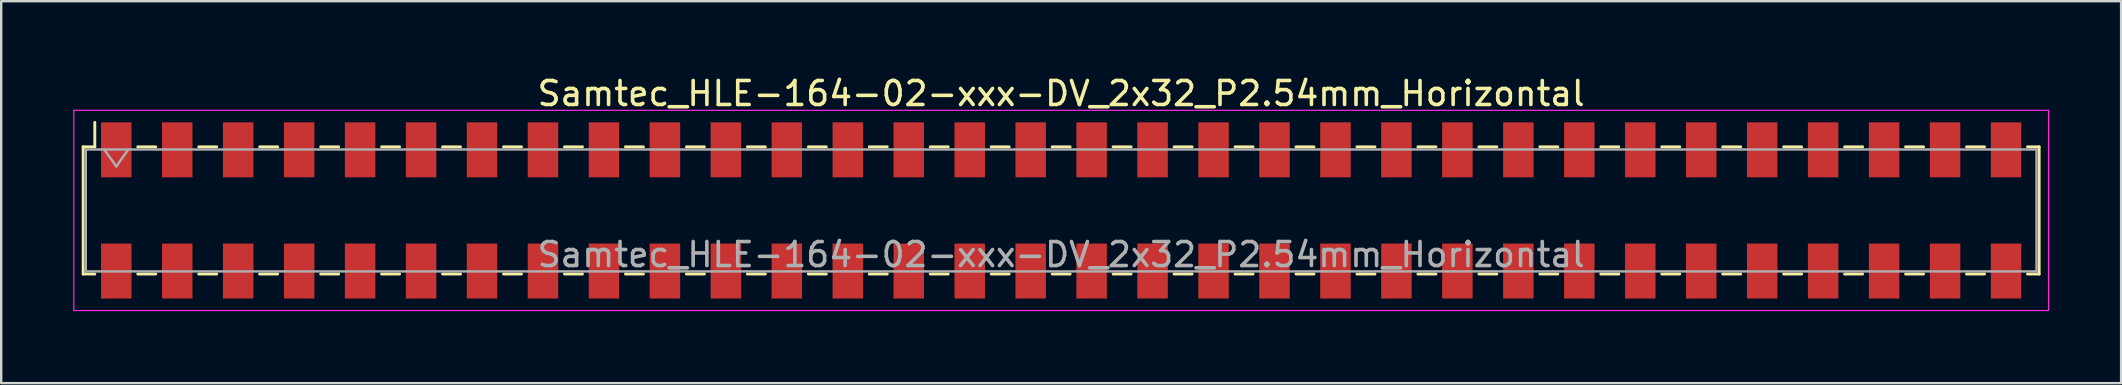
<source format=kicad_pcb>
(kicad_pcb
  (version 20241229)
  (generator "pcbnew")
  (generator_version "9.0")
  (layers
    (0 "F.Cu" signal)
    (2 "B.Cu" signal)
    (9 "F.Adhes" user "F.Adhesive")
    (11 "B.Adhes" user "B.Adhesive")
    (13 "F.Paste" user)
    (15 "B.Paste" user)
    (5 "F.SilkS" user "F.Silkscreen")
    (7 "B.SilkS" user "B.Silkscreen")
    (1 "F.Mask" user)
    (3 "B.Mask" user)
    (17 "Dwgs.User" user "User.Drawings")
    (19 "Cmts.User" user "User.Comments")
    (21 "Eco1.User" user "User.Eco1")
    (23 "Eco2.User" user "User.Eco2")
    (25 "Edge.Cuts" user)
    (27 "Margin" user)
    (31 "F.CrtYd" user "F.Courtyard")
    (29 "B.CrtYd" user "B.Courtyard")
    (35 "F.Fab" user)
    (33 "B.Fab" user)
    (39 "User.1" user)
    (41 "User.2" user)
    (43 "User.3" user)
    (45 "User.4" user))
  (footprint "Samtec_HLE-164-02-xxx-DV_2x32_P2.54mm_Horizontal"
    (layer "F.Cu")
    (at 41.165 5.718)
    (property "Reference" "Samtec_HLE-164-02-xxx-DV_2x32_P2.54mm_Horizontal" (at 0 -4.87 0) (layer "F.SilkS") (effects (font (size 1 1) (thickness 0.15))))
    (attr smd)
    (fp_line (start -40.75 -2.65) (end -40.75 2.65) (stroke (width 0.12) (type solid)) (layer "F.SilkS"))
    (fp_line (start -40.75 2.65) (end -40.265 2.65) (stroke (width 0.12) (type solid)) (layer "F.SilkS"))
    (fp_line (start -40.265 -3.67) (end -40.265 -2.65) (stroke (width 0.12) (type solid)) (layer "F.SilkS"))
    (fp_line (start -40.265 -2.65) (end -40.75 -2.65) (stroke (width 0.12) (type solid)) (layer "F.SilkS"))
    (fp_line (start -38.475 -2.65) (end -37.725 -2.65) (stroke (width 0.12) (type solid)) (layer "F.SilkS"))
    (fp_line (start -38.475 2.65) (end -37.725 2.65) (stroke (width 0.12) (type solid)) (layer "F.SilkS"))
    (fp_line (start -35.935 -2.65) (end -35.185 -2.65) (stroke (width 0.12) (type solid)) (layer "F.SilkS"))
    (fp_line (start -35.935 2.65) (end -35.185 2.65) (stroke (width 0.12) (type solid)) (layer "F.SilkS"))
    (fp_line (start -33.395 -2.65) (end -32.645 -2.65) (stroke (width 0.12) (type solid)) (layer "F.SilkS"))
    (fp_line (start -33.395 2.65) (end -32.645 2.65) (stroke (width 0.12) (type solid)) (layer "F.SilkS"))
    (fp_line (start -30.855 -2.65) (end -30.105 -2.65) (stroke (width 0.12) (type solid)) (layer "F.SilkS"))
    (fp_line (start -30.855 2.65) (end -30.105 2.65) (stroke (width 0.12) (type solid)) (layer "F.SilkS"))
    (fp_line (start -28.315 -2.65) (end -27.565 -2.65) (stroke (width 0.12) (type solid)) (layer "F.SilkS"))
    (fp_line (start -28.315 2.65) (end -27.565 2.65) (stroke (width 0.12) (type solid)) (layer "F.SilkS"))
    (fp_line (start -25.775 -2.65) (end -25.025 -2.65) (stroke (width 0.12) (type solid)) (layer "F.SilkS"))
    (fp_line (start -25.775 2.65) (end -25.025 2.65) (stroke (width 0.12) (type solid)) (layer "F.SilkS"))
    (fp_line (start -23.235 -2.65) (end -22.485 -2.65) (stroke (width 0.12) (type solid)) (layer "F.SilkS"))
    (fp_line (start -23.235 2.65) (end -22.485 2.65) (stroke (width 0.12) (type solid)) (layer "F.SilkS"))
    (fp_line (start -20.695 -2.65) (end -19.945 -2.65) (stroke (width 0.12) (type solid)) (layer "F.SilkS"))
    (fp_line (start -20.695 2.65) (end -19.945 2.65) (stroke (width 0.12) (type solid)) (layer "F.SilkS"))
    (fp_line (start -18.155 -2.65) (end -17.405 -2.65) (stroke (width 0.12) (type solid)) (layer "F.SilkS"))
    (fp_line (start -18.155 2.65) (end -17.405 2.65) (stroke (width 0.12) (type solid)) (layer "F.SilkS"))
    (fp_line (start -15.615 -2.65) (end -14.865 -2.65) (stroke (width 0.12) (type solid)) (layer "F.SilkS"))
    (fp_line (start -15.615 2.65) (end -14.865 2.65) (stroke (width 0.12) (type solid)) (layer "F.SilkS"))
    (fp_line (start -13.075 -2.65) (end -12.325 -2.65) (stroke (width 0.12) (type solid)) (layer "F.SilkS"))
    (fp_line (start -13.075 2.65) (end -12.325 2.65) (stroke (width 0.12) (type solid)) (layer "F.SilkS"))
    (fp_line (start -10.535 -2.65) (end -9.785 -2.65) (stroke (width 0.12) (type solid)) (layer "F.SilkS"))
    (fp_line (start -10.535 2.65) (end -9.785 2.65) (stroke (width 0.12) (type solid)) (layer "F.SilkS"))
    (fp_line (start -7.995 -2.65) (end -7.245 -2.65) (stroke (width 0.12) (type solid)) (layer "F.SilkS"))
    (fp_line (start -7.995 2.65) (end -7.245 2.65) (stroke (width 0.12) (type solid)) (layer "F.SilkS"))
    (fp_line (start -5.455 -2.65) (end -4.705 -2.65) (stroke (width 0.12) (type solid)) (layer "F.SilkS"))
    (fp_line (start -5.455 2.65) (end -4.705 2.65) (stroke (width 0.12) (type solid)) (layer "F.SilkS"))
    (fp_line (start -2.915 -2.65) (end -2.165 -2.65) (stroke (width 0.12) (type solid)) (layer "F.SilkS"))
    (fp_line (start -2.915 2.65) (end -2.165 2.65) (stroke (width 0.12) (type solid)) (layer "F.SilkS"))
    (fp_line (start -0.375 -2.65) (end 0.375 -2.65) (stroke (width 0.12) (type solid)) (layer "F.SilkS"))
    (fp_line (start -0.375 2.65) (end 0.375 2.65) (stroke (width 0.12) (type solid)) (layer "F.SilkS"))
    (fp_line (start 2.165 -2.65) (end 2.915 -2.65) (stroke (width 0.12) (type solid)) (layer "F.SilkS"))
    (fp_line (start 2.165 2.65) (end 2.915 2.65) (stroke (width 0.12) (type solid)) (layer "F.SilkS"))
    (fp_line (start 4.705 -2.65) (end 5.455 -2.65) (stroke (width 0.12) (type solid)) (layer "F.SilkS"))
    (fp_line (start 4.705 2.65) (end 5.455 2.65) (stroke (width 0.12) (type solid)) (layer "F.SilkS"))
    (fp_line (start 7.245 -2.65) (end 7.995 -2.65) (stroke (width 0.12) (type solid)) (layer "F.SilkS"))
    (fp_line (start 7.245 2.65) (end 7.995 2.65) (stroke (width 0.12) (type solid)) (layer "F.SilkS"))
    (fp_line (start 9.785 -2.65) (end 10.535 -2.65) (stroke (width 0.12) (type solid)) (layer "F.SilkS"))
    (fp_line (start 9.785 2.65) (end 10.535 2.65) (stroke (width 0.12) (type solid)) (layer "F.SilkS"))
    (fp_line (start 12.325 -2.65) (end 13.075 -2.65) (stroke (width 0.12) (type solid)) (layer "F.SilkS"))
    (fp_line (start 12.325 2.65) (end 13.075 2.65) (stroke (width 0.12) (type solid)) (layer "F.SilkS"))
    (fp_line (start 14.865 -2.65) (end 15.615 -2.65) (stroke (width 0.12) (type solid)) (layer "F.SilkS"))
    (fp_line (start 14.865 2.65) (end 15.615 2.65) (stroke (width 0.12) (type solid)) (layer "F.SilkS"))
    (fp_line (start 17.405 -2.65) (end 18.155 -2.65) (stroke (width 0.12) (type solid)) (layer "F.SilkS"))
    (fp_line (start 17.405 2.65) (end 18.155 2.65) (stroke (width 0.12) (type solid)) (layer "F.SilkS"))
    (fp_line (start 19.945 -2.65) (end 20.695 -2.65) (stroke (width 0.12) (type solid)) (layer "F.SilkS"))
    (fp_line (start 19.945 2.65) (end 20.695 2.65) (stroke (width 0.12) (type solid)) (layer "F.SilkS"))
    (fp_line (start 22.485 -2.65) (end 23.235 -2.65) (stroke (width 0.12) (type solid)) (layer "F.SilkS"))
    (fp_line (start 22.485 2.65) (end 23.235 2.65) (stroke (width 0.12) (type solid)) (layer "F.SilkS"))
    (fp_line (start 25.025 -2.65) (end 25.775 -2.65) (stroke (width 0.12) (type solid)) (layer "F.SilkS"))
    (fp_line (start 25.025 2.65) (end 25.775 2.65) (stroke (width 0.12) (type solid)) (layer "F.SilkS"))
    (fp_line (start 27.565 -2.65) (end 28.315 -2.65) (stroke (width 0.12) (type solid)) (layer "F.SilkS"))
    (fp_line (start 27.565 2.65) (end 28.315 2.65) (stroke (width 0.12) (type solid)) (layer "F.SilkS"))
    (fp_line (start 30.105 -2.65) (end 30.855 -2.65) (stroke (width 0.12) (type solid)) (layer "F.SilkS"))
    (fp_line (start 30.105 2.65) (end 30.855 2.65) (stroke (width 0.12) (type solid)) (layer "F.SilkS"))
    (fp_line (start 32.645 -2.65) (end 33.395 -2.65) (stroke (width 0.12) (type solid)) (layer "F.SilkS"))
    (fp_line (start 32.645 2.65) (end 33.395 2.65) (stroke (width 0.12) (type solid)) (layer "F.SilkS"))
    (fp_line (start 35.185 -2.65) (end 35.935 -2.65) (stroke (width 0.12) (type solid)) (layer "F.SilkS"))
    (fp_line (start 35.185 2.65) (end 35.935 2.65) (stroke (width 0.12) (type solid)) (layer "F.SilkS"))
    (fp_line (start 37.725 -2.65) (end 38.475 -2.65) (stroke (width 0.12) (type solid)) (layer "F.SilkS"))
    (fp_line (start 37.725 2.65) (end 38.475 2.65) (stroke (width 0.12) (type solid)) (layer "F.SilkS"))
    (fp_line (start 40.265 -2.65) (end 40.75 -2.65) (stroke (width 0.12) (type solid)) (layer "F.SilkS"))
    (fp_line (start 40.75 -2.65) (end 40.75 2.65) (stroke (width 0.12) (type solid)) (layer "F.SilkS"))
    (fp_line (start 40.75 2.65) (end 40.265 2.65) (stroke (width 0.12) (type solid)) (layer "F.SilkS"))
    (fp_line (start -41.14 -4.17) (end 41.14 -4.17) (stroke (width 0.05) (type solid)) (layer "F.CrtYd"))
    (fp_line (start -41.14 4.17) (end -41.14 -4.17) (stroke (width 0.05) (type solid)) (layer "F.CrtYd"))
    (fp_line (start 41.14 -4.17) (end 41.14 4.17) (stroke (width 0.05) (type solid)) (layer "F.CrtYd"))
    (fp_line (start 41.14 4.17) (end -41.14 4.17) (stroke (width 0.05) (type solid)) (layer "F.CrtYd"))
    (fp_line (start -40.64 -2.54) (end 40.64 -2.54) (stroke (width 0.1) (type solid)) (layer "F.Fab"))
    (fp_line (start -40.64 2.54) (end -40.64 -2.54) (stroke (width 0.1) (type solid)) (layer "F.Fab"))
    (fp_line (start -39.87 -2.54) (end -39.37 -1.833) (stroke (width 0.1) (type solid)) (layer "F.Fab"))
    (fp_line (start -39.37 -1.833) (end -38.87 -2.54) (stroke (width 0.1) (type solid)) (layer "F.Fab"))
    (fp_line (start 40.64 -2.54) (end 40.64 2.54) (stroke (width 0.1) (type solid)) (layer "F.Fab"))
    (fp_line (start 40.64 2.54) (end -40.64 2.54) (stroke (width 0.1) (type solid)) (layer "F.Fab"))
    (fp_text user "${REFERENCE}" (at 0 1.84 0) (layer "F.Fab") (effects (font (size 1 1) (thickness 0.15))))
    (pad "1" smd rect (at -39.37 -2.525) (size 1.27 2.29) (layers "F.Cu" "F.Mask" "F.Paste"))
    (pad "2" smd rect (at -39.37 2.525) (size 1.27 2.29) (layers "F.Cu" "F.Mask" "F.Paste"))
    (pad "3" smd rect (at -36.83 -2.525) (size 1.27 2.29) (layers "F.Cu" "F.Mask" "F.Paste"))
    (pad "4" smd rect (at -36.83 2.525) (size 1.27 2.29) (layers "F.Cu" "F.Mask" "F.Paste"))
    (pad "5" smd rect (at -34.29 -2.525) (size 1.27 2.29) (layers "F.Cu" "F.Mask" "F.Paste"))
    (pad "6" smd rect (at -34.29 2.525) (size 1.27 2.29) (layers "F.Cu" "F.Mask" "F.Paste"))
    (pad "7" smd rect (at -31.75 -2.525) (size 1.27 2.29) (layers "F.Cu" "F.Mask" "F.Paste"))
    (pad "8" smd rect (at -31.75 2.525) (size 1.27 2.29) (layers "F.Cu" "F.Mask" "F.Paste"))
    (pad "9" smd rect (at -29.21 -2.525) (size 1.27 2.29) (layers "F.Cu" "F.Mask" "F.Paste"))
    (pad "10" smd rect (at -29.21 2.525) (size 1.27 2.29) (layers "F.Cu" "F.Mask" "F.Paste"))
    (pad "11" smd rect (at -26.67 -2.525) (size 1.27 2.29) (layers "F.Cu" "F.Mask" "F.Paste"))
    (pad "12" smd rect (at -26.67 2.525) (size 1.27 2.29) (layers "F.Cu" "F.Mask" "F.Paste"))
    (pad "13" smd rect (at -24.13 -2.525) (size 1.27 2.29) (layers "F.Cu" "F.Mask" "F.Paste"))
    (pad "14" smd rect (at -24.13 2.525) (size 1.27 2.29) (layers "F.Cu" "F.Mask" "F.Paste"))
    (pad "15" smd rect (at -21.59 -2.525) (size 1.27 2.29) (layers "F.Cu" "F.Mask" "F.Paste"))
    (pad "16" smd rect (at -21.59 2.525) (size 1.27 2.29) (layers "F.Cu" "F.Mask" "F.Paste"))
    (pad "17" smd rect (at -19.05 -2.525) (size 1.27 2.29) (layers "F.Cu" "F.Mask" "F.Paste"))
    (pad "18" smd rect (at -19.05 2.525) (size 1.27 2.29) (layers "F.Cu" "F.Mask" "F.Paste"))
    (pad "19" smd rect (at -16.51 -2.525) (size 1.27 2.29) (layers "F.Cu" "F.Mask" "F.Paste"))
    (pad "20" smd rect (at -16.51 2.525) (size 1.27 2.29) (layers "F.Cu" "F.Mask" "F.Paste"))
    (pad "21" smd rect (at -13.97 -2.525) (size 1.27 2.29) (layers "F.Cu" "F.Mask" "F.Paste"))
    (pad "22" smd rect (at -13.97 2.525) (size 1.27 2.29) (layers "F.Cu" "F.Mask" "F.Paste"))
    (pad "23" smd rect (at -11.43 -2.525) (size 1.27 2.29) (layers "F.Cu" "F.Mask" "F.Paste"))
    (pad "24" smd rect (at -11.43 2.525) (size 1.27 2.29) (layers "F.Cu" "F.Mask" "F.Paste"))
    (pad "25" smd rect (at -8.89 -2.525) (size 1.27 2.29) (layers "F.Cu" "F.Mask" "F.Paste"))
    (pad "26" smd rect (at -8.89 2.525) (size 1.27 2.29) (layers "F.Cu" "F.Mask" "F.Paste"))
    (pad "27" smd rect (at -6.35 -2.525) (size 1.27 2.29) (layers "F.Cu" "F.Mask" "F.Paste"))
    (pad "28" smd rect (at -6.35 2.525) (size 1.27 2.29) (layers "F.Cu" "F.Mask" "F.Paste"))
    (pad "29" smd rect (at -3.81 -2.525) (size 1.27 2.29) (layers "F.Cu" "F.Mask" "F.Paste"))
    (pad "30" smd rect (at -3.81 2.525) (size 1.27 2.29) (layers "F.Cu" "F.Mask" "F.Paste"))
    (pad "31" smd rect (at -1.27 -2.525) (size 1.27 2.29) (layers "F.Cu" "F.Mask" "F.Paste"))
    (pad "32" smd rect (at -1.27 2.525) (size 1.27 2.29) (layers "F.Cu" "F.Mask" "F.Paste"))
    (pad "33" smd rect (at 1.27 -2.525) (size 1.27 2.29) (layers "F.Cu" "F.Mask" "F.Paste"))
    (pad "34" smd rect (at 1.27 2.525) (size 1.27 2.29) (layers "F.Cu" "F.Mask" "F.Paste"))
    (pad "35" smd rect (at 3.81 -2.525) (size 1.27 2.29) (layers "F.Cu" "F.Mask" "F.Paste"))
    (pad "36" smd rect (at 3.81 2.525) (size 1.27 2.29) (layers "F.Cu" "F.Mask" "F.Paste"))
    (pad "37" smd rect (at 6.35 -2.525) (size 1.27 2.29) (layers "F.Cu" "F.Mask" "F.Paste"))
    (pad "38" smd rect (at 6.35 2.525) (size 1.27 2.29) (layers "F.Cu" "F.Mask" "F.Paste"))
    (pad "39" smd rect (at 8.89 -2.525) (size 1.27 2.29) (layers "F.Cu" "F.Mask" "F.Paste"))
    (pad "40" smd rect (at 8.89 2.525) (size 1.27 2.29) (layers "F.Cu" "F.Mask" "F.Paste"))
    (pad "41" smd rect (at 11.43 -2.525) (size 1.27 2.29) (layers "F.Cu" "F.Mask" "F.Paste"))
    (pad "42" smd rect (at 11.43 2.525) (size 1.27 2.29) (layers "F.Cu" "F.Mask" "F.Paste"))
    (pad "43" smd rect (at 13.97 -2.525) (size 1.27 2.29) (layers "F.Cu" "F.Mask" "F.Paste"))
    (pad "44" smd rect (at 13.97 2.525) (size 1.27 2.29) (layers "F.Cu" "F.Mask" "F.Paste"))
    (pad "45" smd rect (at 16.51 -2.525) (size 1.27 2.29) (layers "F.Cu" "F.Mask" "F.Paste"))
    (pad "46" smd rect (at 16.51 2.525) (size 1.27 2.29) (layers "F.Cu" "F.Mask" "F.Paste"))
    (pad "47" smd rect (at 19.05 -2.525) (size 1.27 2.29) (layers "F.Cu" "F.Mask" "F.Paste"))
    (pad "48" smd rect (at 19.05 2.525) (size 1.27 2.29) (layers "F.Cu" "F.Mask" "F.Paste"))
    (pad "49" smd rect (at 21.59 -2.525) (size 1.27 2.29) (layers "F.Cu" "F.Mask" "F.Paste"))
    (pad "50" smd rect (at 21.59 2.525) (size 1.27 2.29) (layers "F.Cu" "F.Mask" "F.Paste"))
    (pad "51" smd rect (at 24.13 -2.525) (size 1.27 2.29) (layers "F.Cu" "F.Mask" "F.Paste"))
    (pad "52" smd rect (at 24.13 2.525) (size 1.27 2.29) (layers "F.Cu" "F.Mask" "F.Paste"))
    (pad "53" smd rect (at 26.67 -2.525) (size 1.27 2.29) (layers "F.Cu" "F.Mask" "F.Paste"))
    (pad "54" smd rect (at 26.67 2.525) (size 1.27 2.29) (layers "F.Cu" "F.Mask" "F.Paste"))
    (pad "55" smd rect (at 29.21 -2.525) (size 1.27 2.29) (layers "F.Cu" "F.Mask" "F.Paste"))
    (pad "56" smd rect (at 29.21 2.525) (size 1.27 2.29) (layers "F.Cu" "F.Mask" "F.Paste"))
    (pad "57" smd rect (at 31.75 -2.525) (size 1.27 2.29) (layers "F.Cu" "F.Mask" "F.Paste"))
    (pad "58" smd rect (at 31.75 2.525) (size 1.27 2.29) (layers "F.Cu" "F.Mask" "F.Paste"))
    (pad "59" smd rect (at 34.29 -2.525) (size 1.27 2.29) (layers "F.Cu" "F.Mask" "F.Paste"))
    (pad "60" smd rect (at 34.29 2.525) (size 1.27 2.29) (layers "F.Cu" "F.Mask" "F.Paste"))
    (pad "61" smd rect (at 36.83 -2.525) (size 1.27 2.29) (layers "F.Cu" "F.Mask" "F.Paste"))
    (pad "62" smd rect (at 36.83 2.525) (size 1.27 2.29) (layers "F.Cu" "F.Mask" "F.Paste"))
    (pad "63" smd rect (at 39.37 -2.525) (size 1.27 2.29) (layers "F.Cu" "F.Mask" "F.Paste"))
    (pad "64" smd rect (at 39.37 2.525) (size 1.27 2.29) (layers "F.Cu" "F.Mask" "F.Paste")))
  (gr_rect
    (start -3 -3)
    (end 85.33 12.913)
    (stroke (width 0.1) (type default))
    (fill no)
    (layer "Edge.Cuts")))
</source>
